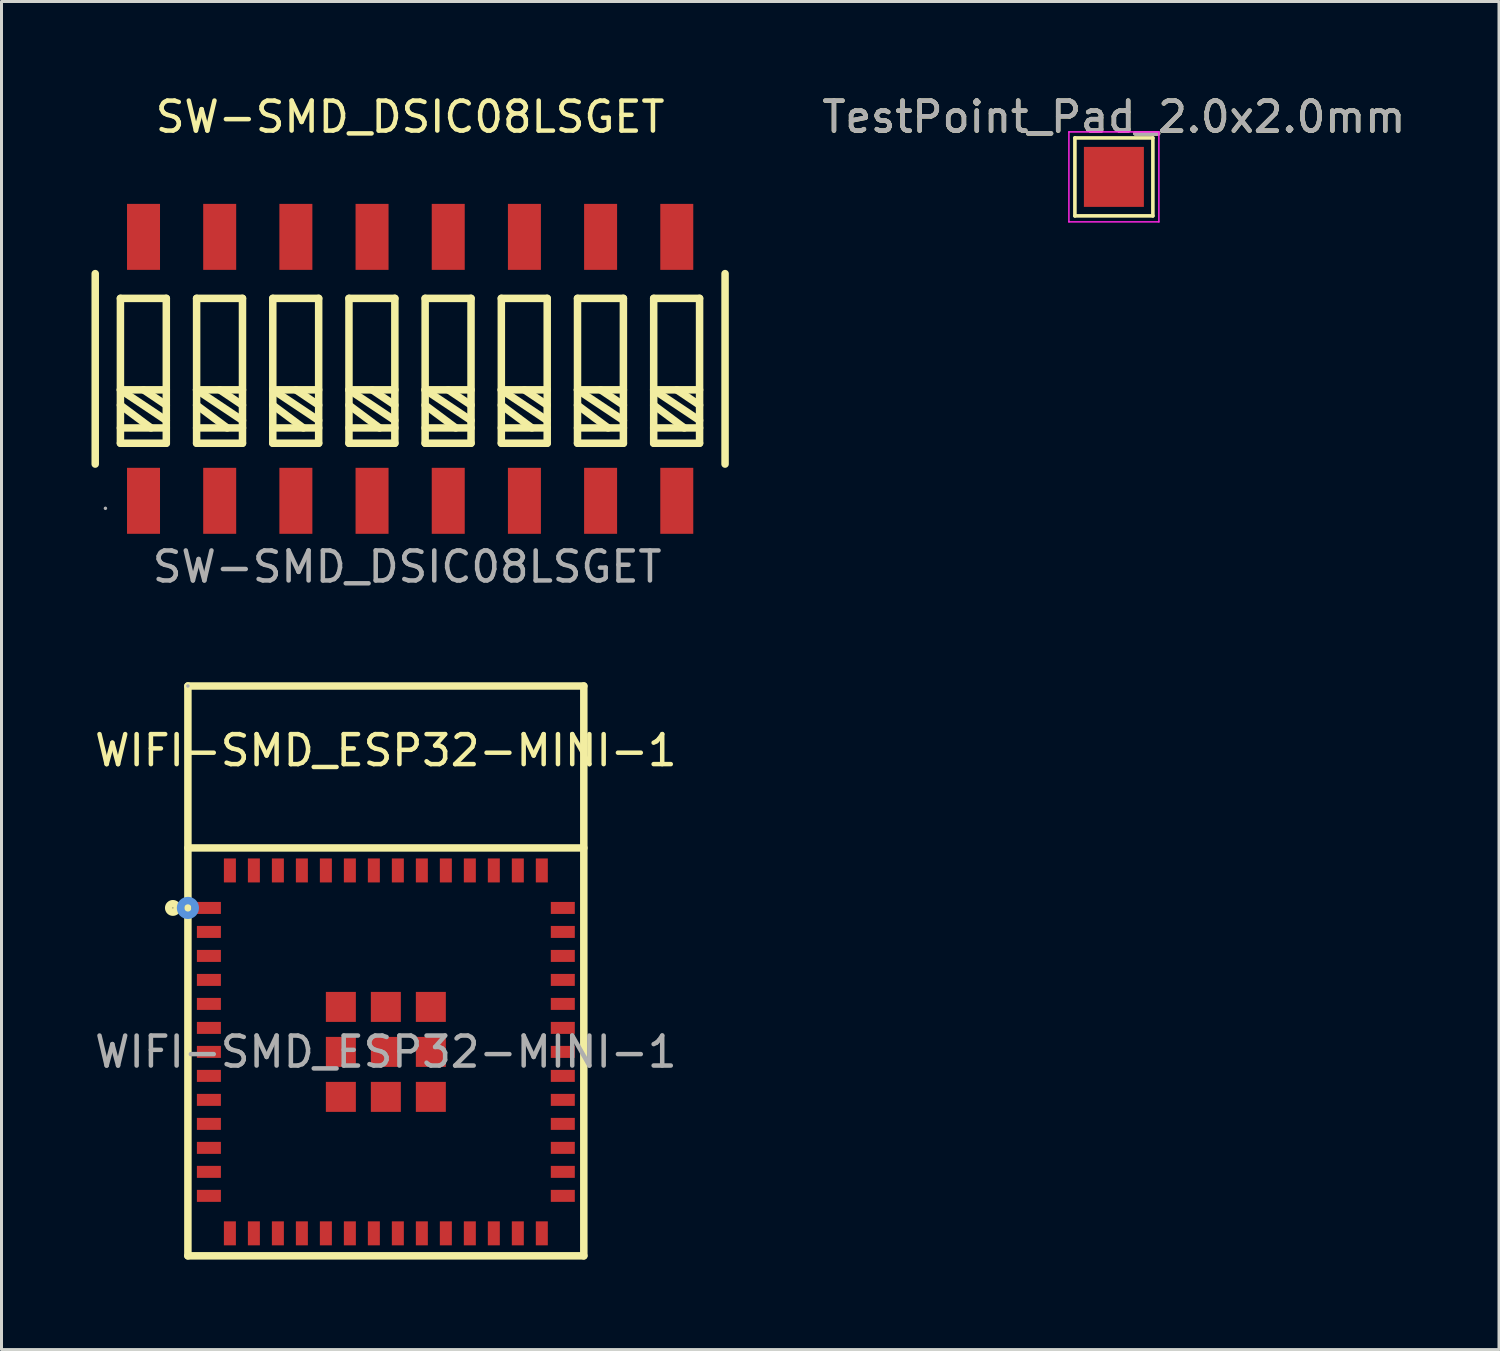
<source format=kicad_pcb>
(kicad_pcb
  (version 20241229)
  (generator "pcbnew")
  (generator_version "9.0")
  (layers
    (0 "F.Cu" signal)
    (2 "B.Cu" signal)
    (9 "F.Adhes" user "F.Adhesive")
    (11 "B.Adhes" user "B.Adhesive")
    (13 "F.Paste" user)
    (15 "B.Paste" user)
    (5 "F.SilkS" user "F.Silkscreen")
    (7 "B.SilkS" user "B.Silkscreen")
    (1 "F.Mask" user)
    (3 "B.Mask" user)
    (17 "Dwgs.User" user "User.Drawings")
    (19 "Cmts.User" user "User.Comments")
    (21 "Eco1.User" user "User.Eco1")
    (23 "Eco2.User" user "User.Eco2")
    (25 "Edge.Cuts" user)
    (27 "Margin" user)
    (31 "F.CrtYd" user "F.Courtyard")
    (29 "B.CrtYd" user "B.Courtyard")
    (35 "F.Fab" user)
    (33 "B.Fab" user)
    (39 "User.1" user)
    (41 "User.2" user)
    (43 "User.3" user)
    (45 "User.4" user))
  (footprint "TestPoint_Pad_2.0x2.0mm"
    (layer "F.Cu")
    (at 34.089 2.848)
    (property "Reference" "TestPoint_Pad_2.0x2.0mm" (at 0 -1.998 0) (layer "F.SilkS") (effects (font (size 1 1) (thickness 0.15))))
    (attr exclude_from_pos_files exclude_from_bom)
    (fp_line (start -1.3 -1.3) (end 1.3 -1.3) (stroke (width 0.12) (type solid)) (layer "F.SilkS"))
    (fp_line (start -1.3 1.3) (end -1.3 -1.3) (stroke (width 0.12) (type solid)) (layer "F.SilkS"))
    (fp_line (start 1.3 -1.3) (end 1.3 1.3) (stroke (width 0.12) (type solid)) (layer "F.SilkS"))
    (fp_line (start 1.3 1.3) (end -1.3 1.3) (stroke (width 0.12) (type solid)) (layer "F.SilkS"))
    (fp_line (start -1.5 -1.5) (end -1.5 1.5) (stroke (width 0.05) (type solid)) (layer "F.CrtYd"))
    (fp_line (start -1.5 -1.5) (end 1.5 -1.5) (stroke (width 0.05) (type solid)) (layer "F.CrtYd"))
    (fp_line (start 1.5 1.5) (end -1.5 1.5) (stroke (width 0.05) (type solid)) (layer "F.CrtYd"))
    (fp_line (start 1.5 1.5) (end 1.5 -1.5) (stroke (width 0.05) (type solid)) (layer "F.CrtYd"))
    (fp_text user "${REFERENCE}" (at 0 -2 0) (layer "F.Fab") (effects (font (size 1 1) (thickness 0.15))))
    (pad "1" smd rect (at 0 0) (size 2 2) (layers "F.Cu" "F.Mask")))
  (footprint "WIFI-SMD_ESP32-MINI-1"
    (layer "F.Cu")
    (at 9.815 32.022)
    (property "Reference" "WIFI-SMD_ESP32-MINI-1" (at 0 -10.05 0) (layer "F.SilkS") (effects (font (size 1 1) (thickness 0.15))))
    (attr smd)
    (fp_line (start -6.6 -12.2) (end 6.6 -12.2) (stroke (width 0.25) (type solid)) (layer "F.SilkS"))
    (fp_line (start -6.6 -6.8) (end 6.6 -6.8) (stroke (width 0.25) (type solid)) (layer "F.SilkS"))
    (fp_line (start -6.6 6.8) (end -6.6 -12.2) (stroke (width 0.25) (type solid)) (layer "F.SilkS"))
    (fp_line (start -6.6 6.8) (end 6.6 6.8) (stroke (width 0.25) (type solid)) (layer "F.SilkS"))
    (fp_line (start 6.6 -12.2) (end 6.6 6.8) (stroke (width 0.25) (type solid)) (layer "F.SilkS"))
    (fp_circle (center -7.1 -4.8) (end -6.96 -4.8) (stroke (width 0.25) (type solid)) (fill no) (layer "F.SilkS"))
    (fp_circle (center -6.6 -4.8) (end -6.48 -4.8) (stroke (width 0.25) (type solid)) (fill no) (layer "Cmts.User"))
    (fp_circle (center -6.6 -12.2) (end -6.57 -12.2) (stroke (width 0.06) (type solid)) (fill no) (layer "F.Fab"))
    (fp_text user "${REFERENCE}" (at 0 0 0) (layer "F.Fab") (effects (font (size 1 1) (thickness 0.15))))
    (pad "1" smd rect (at -5.9 -4.8 90) (size 0.4 0.8) (layers "F.Cu" "F.Mask" "F.Paste"))
    (pad "2" smd rect (at -5.9 -4 90) (size 0.4 0.8) (layers "F.Cu" "F.Mask" "F.Paste"))
    (pad "3" smd rect (at -5.9 -3.2 90) (size 0.4 0.8) (layers "F.Cu" "F.Mask" "F.Paste"))
    (pad "4" smd rect (at -5.9 -2.4 90) (size 0.4 0.8) (layers "F.Cu" "F.Mask" "F.Paste"))
    (pad "5" smd rect (at -5.9 -1.6 90) (size 0.4 0.8) (layers "F.Cu" "F.Mask" "F.Paste"))
    (pad "6" smd rect (at -5.9 -0.8 90) (size 0.4 0.8) (layers "F.Cu" "F.Mask" "F.Paste"))
    (pad "7" smd rect (at -5.9 0 90) (size 0.4 0.8) (layers "F.Cu" "F.Mask" "F.Paste"))
    (pad "8" smd rect (at -5.9 0.8 90) (size 0.4 0.8) (layers "F.Cu" "F.Mask" "F.Paste"))
    (pad "9" smd rect (at -5.9 1.6 90) (size 0.4 0.8) (layers "F.Cu" "F.Mask" "F.Paste"))
    (pad "10" smd rect (at -5.9 2.4 90) (size 0.4 0.8) (layers "F.Cu" "F.Mask" "F.Paste"))
    (pad "11" smd rect (at -5.9 3.2 90) (size 0.4 0.8) (layers "F.Cu" "F.Mask" "F.Paste"))
    (pad "12" smd rect (at -5.9 4 90) (size 0.4 0.8) (layers "F.Cu" "F.Mask" "F.Paste"))
    (pad "13" smd rect (at -5.9 4.8 90) (size 0.4 0.8) (layers "F.Cu" "F.Mask" "F.Paste"))
    (pad "14" smd rect (at -5.2 6.05 180) (size 0.4 0.8) (layers "F.Cu" "F.Mask" "F.Paste"))
    (pad "15" smd rect (at -4.4 6.05 180) (size 0.4 0.8) (layers "F.Cu" "F.Mask" "F.Paste"))
    (pad "16" smd rect (at -3.6 6.05 180) (size 0.4 0.8) (layers "F.Cu" "F.Mask" "F.Paste"))
    (pad "17" smd rect (at -2.8 6.05 180) (size 0.4 0.8) (layers "F.Cu" "F.Mask" "F.Paste"))
    (pad "18" smd rect (at -2 6.05 180) (size 0.4 0.8) (layers "F.Cu" "F.Mask" "F.Paste"))
    (pad "19" smd rect (at -1.2 6.05 180) (size 0.4 0.8) (layers "F.Cu" "F.Mask" "F.Paste"))
    (pad "20" smd rect (at -0.4 6.05 180) (size 0.4 0.8) (layers "F.Cu" "F.Mask" "F.Paste"))
    (pad "21" smd rect (at 0.4 6.05 180) (size 0.4 0.8) (layers "F.Cu" "F.Mask" "F.Paste"))
    (pad "22" smd rect (at 1.2 6.05 180) (size 0.4 0.8) (layers "F.Cu" "F.Mask" "F.Paste"))
    (pad "23" smd rect (at 2 6.05 180) (size 0.4 0.8) (layers "F.Cu" "F.Mask" "F.Paste"))
    (pad "24" smd rect (at 2.8 6.05 180) (size 0.4 0.8) (layers "F.Cu" "F.Mask" "F.Paste"))
    (pad "25" smd rect (at 3.6 6.05 180) (size 0.4 0.8) (layers "F.Cu" "F.Mask" "F.Paste"))
    (pad "26" smd rect (at 4.4 6.05 180) (size 0.4 0.8) (layers "F.Cu" "F.Mask" "F.Paste"))
    (pad "27" smd rect (at 5.2 6.05 180) (size 0.4 0.8) (layers "F.Cu" "F.Mask" "F.Paste"))
    (pad "28" smd rect (at 5.9 4.8 270) (size 0.4 0.8) (layers "F.Cu" "F.Mask" "F.Paste"))
    (pad "29" smd rect (at 5.9 4 270) (size 0.4 0.8) (layers "F.Cu" "F.Mask" "F.Paste"))
    (pad "30" smd rect (at 5.9 3.2 270) (size 0.4 0.8) (layers "F.Cu" "F.Mask" "F.Paste"))
    (pad "31" smd rect (at 5.9 2.4 270) (size 0.4 0.8) (layers "F.Cu" "F.Mask" "F.Paste"))
    (pad "32" smd rect (at 5.9 1.6 270) (size 0.4 0.8) (layers "F.Cu" "F.Mask" "F.Paste"))
    (pad "33" smd rect (at 5.9 0.8 270) (size 0.4 0.8) (layers "F.Cu" "F.Mask" "F.Paste"))
    (pad "34" smd rect (at 5.9 0 270) (size 0.4 0.8) (layers "F.Cu" "F.Mask" "F.Paste"))
    (pad "35" smd rect (at 5.9 -0.8 270) (size 0.4 0.8) (layers "F.Cu" "F.Mask" "F.Paste"))
    (pad "36" smd rect (at 5.9 -1.6 270) (size 0.4 0.8) (layers "F.Cu" "F.Mask" "F.Paste"))
    (pad "37" smd rect (at 5.9 -2.4 270) (size 0.4 0.8) (layers "F.Cu" "F.Mask" "F.Paste"))
    (pad "38" smd rect (at 5.9 -3.2 270) (size 0.4 0.8) (layers "F.Cu" "F.Mask" "F.Paste"))
    (pad "39" smd rect (at 5.9 -4 270) (size 0.4 0.8) (layers "F.Cu" "F.Mask" "F.Paste"))
    (pad "40" smd rect (at 5.9 -4.8 270) (size 0.4 0.8) (layers "F.Cu" "F.Mask" "F.Paste"))
    (pad "41" smd rect (at 5.2 -6.05) (size 0.4 0.8) (layers "F.Cu" "F.Mask" "F.Paste"))
    (pad "42" smd rect (at 4.4 -6.05) (size 0.4 0.8) (layers "F.Cu" "F.Mask" "F.Paste"))
    (pad "43" smd rect (at 3.6 -6.05) (size 0.4 0.8) (layers "F.Cu" "F.Mask" "F.Paste"))
    (pad "44" smd rect (at 2.8 -6.05) (size 0.4 0.8) (layers "F.Cu" "F.Mask" "F.Paste"))
    (pad "45" smd rect (at 2 -6.05) (size 0.4 0.8) (layers "F.Cu" "F.Mask" "F.Paste"))
    (pad "46" smd rect (at 1.2 -6.05) (size 0.4 0.8) (layers "F.Cu" "F.Mask" "F.Paste"))
    (pad "47" smd rect (at 0.4 -6.05) (size 0.4 0.8) (layers "F.Cu" "F.Mask" "F.Paste"))
    (pad "48" smd rect (at -0.4 -6.05) (size 0.4 0.8) (layers "F.Cu" "F.Mask" "F.Paste"))
    (pad "49" smd rect (at -1.2 -6.05) (size 0.4 0.8) (layers "F.Cu" "F.Mask" "F.Paste"))
    (pad "50" smd rect (at -2 -6.05) (size 0.4 0.8) (layers "F.Cu" "F.Mask" "F.Paste"))
    (pad "51" smd rect (at -2.8 -6.05) (size 0.4 0.8) (layers "F.Cu" "F.Mask" "F.Paste"))
    (pad "52" smd rect (at -3.6 -6.05) (size 0.4 0.8) (layers "F.Cu" "F.Mask" "F.Paste"))
    (pad "53" smd rect (at -4.4 -6.05) (size 0.4 0.8) (layers "F.Cu" "F.Mask" "F.Paste"))
    (pad "54" smd rect (at -5.2 -6.05) (size 0.4 0.8) (layers "F.Cu" "F.Mask" "F.Paste"))
    (pad "55" smd rect (at -1.5 -1.5 90) (size 1 1) (layers "F.Cu" "F.Mask" "F.Paste"))
    (pad "55" smd rect (at -1.5 0 90) (size 1 1) (layers "F.Cu" "F.Mask" "F.Paste"))
    (pad "55" smd rect (at -1.5 1.5 90) (size 1 1) (layers "F.Cu" "F.Mask" "F.Paste"))
    (pad "55" smd rect (at 0 -1.5 90) (size 1 1) (layers "F.Cu" "F.Mask" "F.Paste"))
    (pad "55" smd rect (at 0 0 90) (size 1 1) (layers "F.Cu" "F.Mask" "F.Paste"))
    (pad "55" smd rect (at 0 1.5 90) (size 1 1) (layers "F.Cu" "F.Mask" "F.Paste"))
    (pad "55" smd rect (at 1.5 -1.5 90) (size 1 1) (layers "F.Cu" "F.Mask" "F.Paste"))
    (pad "55" smd rect (at 1.5 0 90) (size 1 1) (layers "F.Cu" "F.Mask" "F.Paste"))
    (pad "55" smd rect (at 1.5 1.5 90) (size 1 1) (layers "F.Cu" "F.Mask" "F.Paste")))
  (footprint "SW-SMD_DSIC08LSGET"
    (layer "F.Cu")
    (at 10.625 9.248)
    (property "Reference" "SW-SMD_DSIC08LSGET" (at 0 -8.4 0) (layer "F.SilkS") (effects (font (size 1 1) (thickness 0.15))))
    (attr smd)
    (fp_line (start -10.5 3.175) (end -10.5 -3.175) (stroke (width 0.25) (type solid)) (layer "F.SilkS"))
    (fp_line (start -9.66 -2.35) (end -8.13 -2.35) (stroke (width 0.25) (type solid)) (layer "F.SilkS"))
    (fp_line (start -9.66 0.7) (end -8.13 0.7) (stroke (width 0.25) (type solid)) (layer "F.SilkS"))
    (fp_line (start -9.66 1.21) (end -8.64 1.97) (stroke (width 0.25) (type solid)) (layer "F.SilkS"))
    (fp_line (start -9.66 1.97) (end -8.13 1.97) (stroke (width 0.25) (type solid)) (layer "F.SilkS"))
    (fp_line (start -9.66 2.48) (end -9.66 -2.35) (stroke (width 0.25) (type solid)) (layer "F.SilkS"))
    (fp_line (start -8.89 0.7) (end -8.13 1.21) (stroke (width 0.25) (type solid)) (layer "F.SilkS"))
    (fp_line (start -8.13 -2.35) (end -8.13 2.48) (stroke (width 0.25) (type solid)) (layer "F.SilkS"))
    (fp_line (start -8.13 1.72) (end -9.66 0.7) (stroke (width 0.25) (type solid)) (layer "F.SilkS"))
    (fp_line (start -8.13 2.48) (end -9.66 2.48) (stroke (width 0.25) (type solid)) (layer "F.SilkS"))
    (fp_line (start -7.12 -2.35) (end -7.12 2.48) (stroke (width 0.25) (type solid)) (layer "F.SilkS"))
    (fp_line (start -7.12 0.7) (end -5.59 1.72) (stroke (width 0.25) (type solid)) (layer "F.SilkS"))
    (fp_line (start -7.12 1.21) (end -6.1 1.97) (stroke (width 0.25) (type solid)) (layer "F.SilkS"))
    (fp_line (start -7.12 1.97) (end -5.59 1.97) (stroke (width 0.25) (type solid)) (layer "F.SilkS"))
    (fp_line (start -7.12 2.48) (end -5.59 2.48) (stroke (width 0.25) (type solid)) (layer "F.SilkS"))
    (fp_line (start -6.35 0.7) (end -5.59 1.21) (stroke (width 0.25) (type solid)) (layer "F.SilkS"))
    (fp_line (start -5.59 -2.35) (end -7.12 -2.35) (stroke (width 0.25) (type solid)) (layer "F.SilkS"))
    (fp_line (start -5.59 0.7) (end -7.12 0.7) (stroke (width 0.25) (type solid)) (layer "F.SilkS"))
    (fp_line (start -5.59 2.48) (end -5.59 -2.35) (stroke (width 0.25) (type solid)) (layer "F.SilkS"))
    (fp_line (start -4.58 -2.35) (end -3.05 -2.35) (stroke (width 0.25) (type solid)) (layer "F.SilkS"))
    (fp_line (start -4.58 0.7) (end -3.05 0.7) (stroke (width 0.25) (type solid)) (layer "F.SilkS"))
    (fp_line (start -4.58 1.21) (end -3.56 1.97) (stroke (width 0.25) (type solid)) (layer "F.SilkS"))
    (fp_line (start -4.58 1.97) (end -3.05 1.97) (stroke (width 0.25) (type solid)) (layer "F.SilkS"))
    (fp_line (start -4.58 2.48) (end -4.58 -2.35) (stroke (width 0.25) (type solid)) (layer "F.SilkS"))
    (fp_line (start -3.81 0.7) (end -3.05 1.21) (stroke (width 0.25) (type solid)) (layer "F.SilkS"))
    (fp_line (start -3.05 -2.35) (end -3.05 2.48) (stroke (width 0.25) (type solid)) (layer "F.SilkS"))
    (fp_line (start -3.05 1.72) (end -4.58 0.7) (stroke (width 0.25) (type solid)) (layer "F.SilkS"))
    (fp_line (start -3.05 2.48) (end -4.58 2.48) (stroke (width 0.25) (type solid)) (layer "F.SilkS"))
    (fp_line (start -2.04 -2.35) (end -2.04 2.48) (stroke (width 0.25) (type solid)) (layer "F.SilkS"))
    (fp_line (start -2.04 0.7) (end -0.51 1.72) (stroke (width 0.25) (type solid)) (layer "F.SilkS"))
    (fp_line (start -2.04 1.21) (end -1.02 1.97) (stroke (width 0.25) (type solid)) (layer "F.SilkS"))
    (fp_line (start -2.04 1.97) (end -0.51 1.97) (stroke (width 0.25) (type solid)) (layer "F.SilkS"))
    (fp_line (start -2.04 2.48) (end -0.51 2.48) (stroke (width 0.25) (type solid)) (layer "F.SilkS"))
    (fp_line (start -1.27 0.7) (end -0.51 1.21) (stroke (width 0.25) (type solid)) (layer "F.SilkS"))
    (fp_line (start -0.51 -2.35) (end -2.04 -2.35) (stroke (width 0.25) (type solid)) (layer "F.SilkS"))
    (fp_line (start -0.51 0.7) (end -2.04 0.7) (stroke (width 0.25) (type solid)) (layer "F.SilkS"))
    (fp_line (start -0.51 2.48) (end -0.51 -2.35) (stroke (width 0.25) (type solid)) (layer "F.SilkS"))
    (fp_line (start 0.5 -2.35) (end 2.03 -2.35) (stroke (width 0.25) (type solid)) (layer "F.SilkS"))
    (fp_line (start 0.5 0.7) (end 2.03 0.7) (stroke (width 0.25) (type solid)) (layer "F.SilkS"))
    (fp_line (start 0.5 1.21) (end 1.52 1.97) (stroke (width 0.25) (type solid)) (layer "F.SilkS"))
    (fp_line (start 0.5 1.97) (end 2.03 1.97) (stroke (width 0.25) (type solid)) (layer "F.SilkS"))
    (fp_line (start 0.5 2.48) (end 0.5 -2.35) (stroke (width 0.25) (type solid)) (layer "F.SilkS"))
    (fp_line (start 1.27 0.7) (end 2.03 1.21) (stroke (width 0.25) (type solid)) (layer "F.SilkS"))
    (fp_line (start 2.03 -2.35) (end 2.03 2.48) (stroke (width 0.25) (type solid)) (layer "F.SilkS"))
    (fp_line (start 2.03 1.72) (end 0.5 0.7) (stroke (width 0.25) (type solid)) (layer "F.SilkS"))
    (fp_line (start 2.03 2.48) (end 0.5 2.48) (stroke (width 0.25) (type solid)) (layer "F.SilkS"))
    (fp_line (start 3.04 -2.35) (end 3.04 2.48) (stroke (width 0.25) (type solid)) (layer "F.SilkS"))
    (fp_line (start 3.04 0.7) (end 4.57 1.72) (stroke (width 0.25) (type solid)) (layer "F.SilkS"))
    (fp_line (start 3.04 1.21) (end 4.06 1.97) (stroke (width 0.25) (type solid)) (layer "F.SilkS"))
    (fp_line (start 3.04 1.97) (end 4.57 1.97) (stroke (width 0.25) (type solid)) (layer "F.SilkS"))
    (fp_line (start 3.04 2.48) (end 4.57 2.48) (stroke (width 0.25) (type solid)) (layer "F.SilkS"))
    (fp_line (start 3.81 0.7) (end 4.57 1.21) (stroke (width 0.25) (type solid)) (layer "F.SilkS"))
    (fp_line (start 4.57 -2.35) (end 3.04 -2.35) (stroke (width 0.25) (type solid)) (layer "F.SilkS"))
    (fp_line (start 4.57 0.7) (end 3.04 0.7) (stroke (width 0.25) (type solid)) (layer "F.SilkS"))
    (fp_line (start 4.57 2.48) (end 4.57 -2.35) (stroke (width 0.25) (type solid)) (layer "F.SilkS"))
    (fp_line (start 5.58 -2.35) (end 7.11 -2.35) (stroke (width 0.25) (type solid)) (layer "F.SilkS"))
    (fp_line (start 5.58 0.7) (end 7.11 0.7) (stroke (width 0.25) (type solid)) (layer "F.SilkS"))
    (fp_line (start 5.58 1.21) (end 6.6 1.97) (stroke (width 0.25) (type solid)) (layer "F.SilkS"))
    (fp_line (start 5.58 1.97) (end 7.11 1.97) (stroke (width 0.25) (type solid)) (layer "F.SilkS"))
    (fp_line (start 5.58 2.48) (end 5.58 -2.35) (stroke (width 0.25) (type solid)) (layer "F.SilkS"))
    (fp_line (start 6.35 0.7) (end 7.11 1.21) (stroke (width 0.25) (type solid)) (layer "F.SilkS"))
    (fp_line (start 7.11 -2.35) (end 7.11 2.48) (stroke (width 0.25) (type solid)) (layer "F.SilkS"))
    (fp_line (start 7.11 1.72) (end 5.58 0.7) (stroke (width 0.25) (type solid)) (layer "F.SilkS"))
    (fp_line (start 7.11 2.48) (end 5.58 2.48) (stroke (width 0.25) (type solid)) (layer "F.SilkS"))
    (fp_line (start 8.12 -2.35) (end 8.12 2.48) (stroke (width 0.25) (type solid)) (layer "F.SilkS"))
    (fp_line (start 8.12 0.7) (end 9.65 1.72) (stroke (width 0.25) (type solid)) (layer "F.SilkS"))
    (fp_line (start 8.12 1.21) (end 9.14 1.97) (stroke (width 0.25) (type solid)) (layer "F.SilkS"))
    (fp_line (start 8.12 1.97) (end 9.65 1.97) (stroke (width 0.25) (type solid)) (layer "F.SilkS"))
    (fp_line (start 8.12 2.48) (end 9.65 2.48) (stroke (width 0.25) (type solid)) (layer "F.SilkS"))
    (fp_line (start 8.89 0.7) (end 9.65 1.21) (stroke (width 0.25) (type solid)) (layer "F.SilkS"))
    (fp_line (start 9.65 -2.35) (end 8.12 -2.35) (stroke (width 0.25) (type solid)) (layer "F.SilkS"))
    (fp_line (start 9.65 0.7) (end 8.12 0.7) (stroke (width 0.25) (type solid)) (layer "F.SilkS"))
    (fp_line (start 9.65 2.48) (end 9.65 -2.35) (stroke (width 0.25) (type solid)) (layer "F.SilkS"))
    (fp_line (start 10.5 3.175) (end 10.5 -3.175) (stroke (width 0.25) (type solid)) (layer "F.SilkS"))
    (fp_circle (center -10.16 4.65) (end -10.13 4.65) (stroke (width 0.06) (type solid)) (fill no) (layer "F.Fab"))
    (fp_text user "${REFERENCE}" (at -0.1 6.6 0) (layer "F.Fab") (effects (font (size 1 1) (thickness 0.15))))
    (pad "1" smd rect (at -8.89 4.4 270) (size 2.2 1.1) (layers "F.Cu" "F.Mask" "F.Paste"))
    (pad "2" smd rect (at -6.35 4.4 270) (size 2.2 1.1) (layers "F.Cu" "F.Mask" "F.Paste"))
    (pad "3" smd rect (at -3.81 4.4 270) (size 2.2 1.1) (layers "F.Cu" "F.Mask" "F.Paste"))
    (pad "4" smd rect (at -1.27 4.4 270) (size 2.2 1.1) (layers "F.Cu" "F.Mask" "F.Paste"))
    (pad "5" smd rect (at 1.27 4.4 270) (size 2.2 1.1) (layers "F.Cu" "F.Mask" "F.Paste"))
    (pad "6" smd rect (at 3.81 4.4 270) (size 2.2 1.1) (layers "F.Cu" "F.Mask" "F.Paste"))
    (pad "7" smd rect (at 6.35 4.4 270) (size 2.2 1.1) (layers "F.Cu" "F.Mask" "F.Paste"))
    (pad "8" smd rect (at 8.89 4.4 270) (size 2.2 1.1) (layers "F.Cu" "F.Mask" "F.Paste"))
    (pad "9" smd rect (at 8.89 -4.4 270) (size 2.2 1.1) (layers "F.Cu" "F.Mask" "F.Paste"))
    (pad "10" smd rect (at 6.35 -4.4 270) (size 2.2 1.1) (layers "F.Cu" "F.Mask" "F.Paste"))
    (pad "11" smd rect (at 3.81 -4.4 270) (size 2.2 1.1) (layers "F.Cu" "F.Mask" "F.Paste"))
    (pad "12" smd rect (at 1.27 -4.4 270) (size 2.2 1.1) (layers "F.Cu" "F.Mask" "F.Paste"))
    (pad "13" smd rect (at -1.27 -4.4 270) (size 2.2 1.1) (layers "F.Cu" "F.Mask" "F.Paste"))
    (pad "14" smd rect (at -3.81 -4.4 270) (size 2.2 1.1) (layers "F.Cu" "F.Mask" "F.Paste"))
    (pad "15" smd rect (at -6.35 -4.4 270) (size 2.2 1.1) (layers "F.Cu" "F.Mask" "F.Paste"))
    (pad "16" smd rect (at -8.89 -4.4 270) (size 2.2 1.1) (layers "F.Cu" "F.Mask" "F.Paste")))
  (gr_rect
    (start -3 -3)
    (end 46.929 41.947)
    (stroke (width 0.1) (type default))
    (fill no)
    (layer "Edge.Cuts")))
</source>
